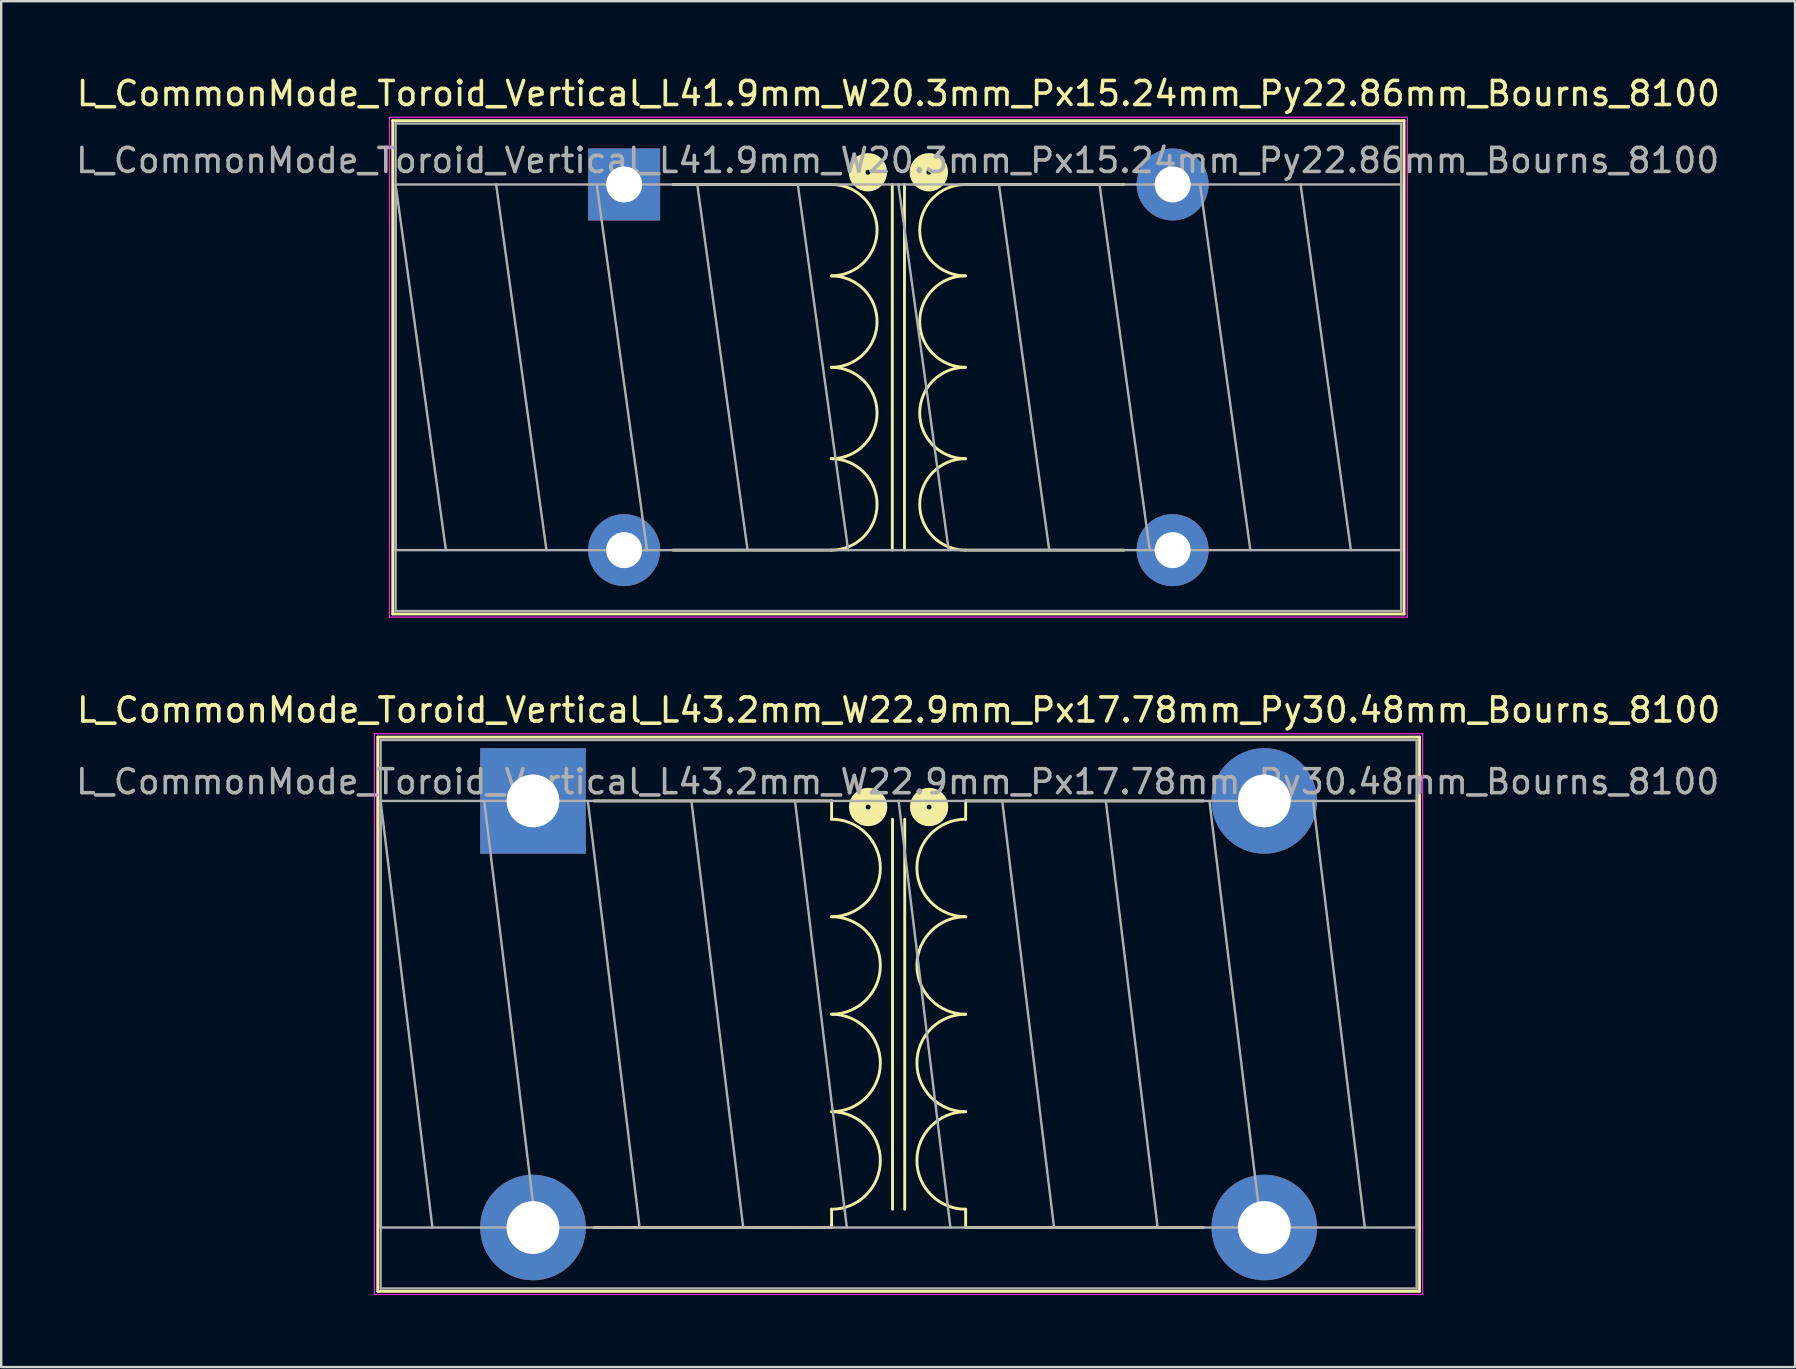
<source format=kicad_pcb>
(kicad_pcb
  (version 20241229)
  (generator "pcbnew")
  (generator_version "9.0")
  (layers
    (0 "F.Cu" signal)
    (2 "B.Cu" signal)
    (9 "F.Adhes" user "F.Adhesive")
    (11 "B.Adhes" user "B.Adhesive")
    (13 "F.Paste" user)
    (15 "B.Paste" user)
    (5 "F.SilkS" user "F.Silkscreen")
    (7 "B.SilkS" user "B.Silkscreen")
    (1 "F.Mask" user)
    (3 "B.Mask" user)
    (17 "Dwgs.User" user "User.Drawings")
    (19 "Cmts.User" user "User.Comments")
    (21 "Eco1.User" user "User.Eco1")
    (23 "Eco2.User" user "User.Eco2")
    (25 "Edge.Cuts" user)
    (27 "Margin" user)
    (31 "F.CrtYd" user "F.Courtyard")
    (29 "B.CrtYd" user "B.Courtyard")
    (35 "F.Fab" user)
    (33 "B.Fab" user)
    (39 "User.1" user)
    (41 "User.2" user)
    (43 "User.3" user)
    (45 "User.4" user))
  (footprint "L_CommonMode_Toroid_Vertical_L41.9mm_W20.3mm_Px15.24mm_Py22.86mm_Bourns_8100"
    (layer "F.Cu")
    (at 22.963 4.638)
    (property "Reference" "L_CommonMode_Toroid_Vertical_L41.9mm_W20.3mm_Px15.24mm_Py22.86mm_Bourns_8100" (at 11.43 -3.79 0) (layer "F.SilkS") (effects (font (size 1 1) (thickness 0.15))))
    (attr through_hole)
    (fp_line (start -9.645 -2.66) (end -9.645 17.9) (stroke (width 0.12) (type solid)) (layer "F.SilkS"))
    (fp_line (start -9.645 -2.66) (end 32.505 -2.66) (stroke (width 0.12) (type solid)) (layer "F.SilkS"))
    (fp_line (start -9.645 17.9) (end 32.505 17.9) (stroke (width 0.12) (type solid)) (layer "F.SilkS"))
    (fp_line (start 2.032 0) (end 8.636 0) (stroke (width 0.12) (type solid)) (layer "F.SilkS"))
    (fp_line (start 2.032 15.24) (end 8.636 15.24) (stroke (width 0.12) (type solid)) (layer "F.SilkS"))
    (fp_line (start 11.176 0) (end 11.176 15.24) (stroke (width 0.12) (type solid)) (layer "F.SilkS"))
    (fp_line (start 11.684 15.24) (end 11.684 0) (stroke (width 0.12) (type solid)) (layer "F.SilkS"))
    (fp_line (start 20.828 0) (end 14.224 0) (stroke (width 0.12) (type solid)) (layer "F.SilkS"))
    (fp_line (start 20.828 15.24) (end 14.224 15.24) (stroke (width 0.12) (type solid)) (layer "F.SilkS"))
    (fp_line (start 32.505 -2.66) (end 32.505 17.9) (stroke (width 0.12) (type solid)) (layer "F.SilkS"))
    (fp_arc (start 8.636 0) (mid 10.541 1.905) (end 8.636 3.81) (stroke (width 0.12) (type solid)) (layer "F.SilkS"))
    (fp_arc (start 8.636 3.81) (mid 10.541 5.715) (end 8.636 7.62) (stroke (width 0.12) (type solid)) (layer "F.SilkS"))
    (fp_arc (start 8.636 7.62) (mid 10.541 9.525) (end 8.636 11.43) (stroke (width 0.12) (type solid)) (layer "F.SilkS"))
    (fp_arc (start 8.636 11.43) (mid 10.541 13.335) (end 8.636 15.24) (stroke (width 0.12) (type solid)) (layer "F.SilkS"))
    (fp_arc (start 14.224 3.81) (mid 12.319 1.905) (end 14.224 0) (stroke (width 0.12) (type solid)) (layer "F.SilkS"))
    (fp_arc (start 14.224 7.62) (mid 12.319 5.715) (end 14.224 3.81) (stroke (width 0.12) (type solid)) (layer "F.SilkS"))
    (fp_arc (start 14.224 11.43) (mid 12.319 9.525) (end 14.224 7.62) (stroke (width 0.12) (type solid)) (layer "F.SilkS"))
    (fp_arc (start 14.224 15.24) (mid 12.319 13.335) (end 14.224 11.43) (stroke (width 0.12) (type solid)) (layer "F.SilkS"))
    (fp_circle (center 10.16 -0.508) (end 10.26 -0.508) (stroke (width 0.7) (type solid)) (fill no) (layer "F.SilkS"))
    (fp_circle (center 12.7 -0.508) (end 12.8 -0.508) (stroke (width 0.7) (type solid)) (fill no) (layer "F.SilkS"))
    (fp_line (start -9.78 -2.8) (end -9.78 18.03) (stroke (width 0.05) (type solid)) (layer "F.CrtYd"))
    (fp_line (start -9.78 18.03) (end 32.64 18.03) (stroke (width 0.05) (type solid)) (layer "F.CrtYd"))
    (fp_line (start 32.64 -2.8) (end -9.78 -2.8) (stroke (width 0.05) (type solid)) (layer "F.CrtYd"))
    (fp_line (start 32.64 18.03) (end 32.64 -2.8) (stroke (width 0.05) (type solid)) (layer "F.CrtYd"))
    (fp_line (start -9.525 -2.54) (end -9.525 17.78) (stroke (width 0.1) (type solid)) (layer "F.Fab"))
    (fp_line (start -9.525 0) (end -9.525 15.24) (stroke (width 0.1) (type solid)) (layer "F.Fab"))
    (fp_line (start -9.525 0) (end -7.429 15.24) (stroke (width 0.1) (type solid)) (layer "F.Fab"))
    (fp_line (start -9.525 15.24) (end 32.385 15.24) (stroke (width 0.1) (type solid)) (layer "F.Fab"))
    (fp_line (start -9.525 17.78) (end 32.385 17.78) (stroke (width 0.1) (type solid)) (layer "F.Fab"))
    (fp_line (start -5.334 0) (end -3.239 15.24) (stroke (width 0.1) (type solid)) (layer "F.Fab"))
    (fp_line (start -1.143 0) (end 0.953 15.24) (stroke (width 0.1) (type solid)) (layer "F.Fab"))
    (fp_line (start 3.048 0) (end 5.144 15.24) (stroke (width 0.1) (type solid)) (layer "F.Fab"))
    (fp_line (start 7.239 0) (end 9.335 15.24) (stroke (width 0.1) (type solid)) (layer "F.Fab"))
    (fp_line (start 11.43 0) (end 13.525 15.24) (stroke (width 0.1) (type solid)) (layer "F.Fab"))
    (fp_line (start 15.621 0) (end 17.716 15.24) (stroke (width 0.1) (type solid)) (layer "F.Fab"))
    (fp_line (start 19.812 0) (end 21.907 15.24) (stroke (width 0.1) (type solid)) (layer "F.Fab"))
    (fp_line (start 24.003 0) (end 26.099 15.24) (stroke (width 0.1) (type solid)) (layer "F.Fab"))
    (fp_line (start 28.194 0) (end 30.29 15.24) (stroke (width 0.1) (type solid)) (layer "F.Fab"))
    (fp_line (start 32.385 -2.54) (end -9.525 -2.54) (stroke (width 0.1) (type solid)) (layer "F.Fab"))
    (fp_line (start 32.385 0) (end -9.525 0) (stroke (width 0.1) (type solid)) (layer "F.Fab"))
    (fp_line (start 32.385 15.24) (end 32.385 0) (stroke (width 0.1) (type solid)) (layer "F.Fab"))
    (fp_line (start 32.385 17.78) (end 32.385 -2.54) (stroke (width 0.1) (type solid)) (layer "F.Fab"))
    (fp_text user "${REFERENCE}" (at 11.4 -1 0) (layer "F.Fab") (effects (font (size 1 1) (thickness 0.15))))
    (pad "1" thru_hole rect (at 0 0) (size 3 3) (drill 1.5) (layers "*.Cu" "*.Mask"))
    (pad "2" thru_hole circle (at 0 15.24) (size 3 3) (drill 1.5) (layers "*.Cu" "*.Mask"))
    (pad "3" thru_hole circle (at 22.86 15.24) (size 3 3) (drill 1.5) (layers "*.Cu" "*.Mask"))
    (pad "4" thru_hole circle (at 22.86 0) (size 3 3) (drill 1.5) (layers "*.Cu" "*.Mask")))
  (footprint "L_CommonMode_Toroid_Vertical_L43.2mm_W22.9mm_Px17.78mm_Py30.48mm_Bourns_8100"
    (layer "F.Cu")
    (at 19.163 30.331)
    (property "Reference" "L_CommonMode_Toroid_Vertical_L43.2mm_W22.9mm_Px17.78mm_Py30.48mm_Bourns_8100" (at 15.24 -3.79 0) (layer "F.SilkS") (effects (font (size 1 1) (thickness 0.15))))
    (attr through_hole)
    (fp_line (start -6.47 -2.66) (end -6.47 20.44) (stroke (width 0.12) (type solid)) (layer "F.SilkS"))
    (fp_line (start -6.47 -2.66) (end 36.95 -2.66) (stroke (width 0.12) (type solid)) (layer "F.SilkS"))
    (fp_line (start -6.47 20.44) (end 36.95 20.44) (stroke (width 0.12) (type solid)) (layer "F.SilkS"))
    (fp_line (start 12.446 0) (end 2.54 0) (stroke (width 0.12) (type solid)) (layer "F.SilkS"))
    (fp_line (start 12.446 0.762) (end 12.446 0) (stroke (width 0.12) (type solid)) (layer "F.SilkS"))
    (fp_line (start 12.446 17.78) (end 2.54 17.78) (stroke (width 0.12) (type solid)) (layer "F.SilkS"))
    (fp_line (start 12.446 17.78) (end 12.446 17.018) (stroke (width 0.12) (type solid)) (layer "F.SilkS"))
    (fp_line (start 14.986 17.018) (end 14.986 0.762) (stroke (width 0.12) (type solid)) (layer "F.SilkS"))
    (fp_line (start 15.494 17.018) (end 15.494 0.762) (stroke (width 0.12) (type solid)) (layer "F.SilkS"))
    (fp_line (start 18.034 0) (end 18.034 0.762) (stroke (width 0.12) (type solid)) (layer "F.SilkS"))
    (fp_line (start 18.034 0) (end 27.94 0) (stroke (width 0.12) (type solid)) (layer "F.SilkS"))
    (fp_line (start 18.034 17.018) (end 18.034 17.78) (stroke (width 0.12) (type solid)) (layer "F.SilkS"))
    (fp_line (start 18.034 17.78) (end 27.94 17.78) (stroke (width 0.12) (type solid)) (layer "F.SilkS"))
    (fp_line (start 36.95 -2.66) (end 36.95 20.44) (stroke (width 0.12) (type solid)) (layer "F.SilkS"))
    (fp_arc (start 12.446 0.762) (mid 14.478 2.794) (end 12.446 4.826) (stroke (width 0.12) (type solid)) (layer "F.SilkS"))
    (fp_arc (start 12.446 4.826) (mid 14.478 6.858) (end 12.446 8.89) (stroke (width 0.12) (type solid)) (layer "F.SilkS"))
    (fp_arc (start 12.446 8.89) (mid 14.478 10.922) (end 12.446 12.954) (stroke (width 0.12) (type solid)) (layer "F.SilkS"))
    (fp_arc (start 12.446 12.954) (mid 14.478 14.986) (end 12.446 17.018) (stroke (width 0.12) (type solid)) (layer "F.SilkS"))
    (fp_arc (start 18.034 4.826) (mid 16.002 2.794) (end 18.034 0.762) (stroke (width 0.12) (type solid)) (layer "F.SilkS"))
    (fp_arc (start 18.034 8.89) (mid 16.002 6.858) (end 18.034 4.826) (stroke (width 0.12) (type solid)) (layer "F.SilkS"))
    (fp_arc (start 18.034 12.954) (mid 16.002 10.922) (end 18.034 8.89) (stroke (width 0.12) (type solid)) (layer "F.SilkS"))
    (fp_arc (start 18.034 17.018) (mid 16.002 14.986) (end 18.034 12.954) (stroke (width 0.12) (type solid)) (layer "F.SilkS"))
    (fp_circle (center 13.97 0.254) (end 14.07 0.254) (stroke (width 0.7) (type solid)) (fill no) (layer "F.SilkS"))
    (fp_circle (center 16.51 0.254) (end 16.61 0.254) (stroke (width 0.7) (type solid)) (fill no) (layer "F.SilkS"))
    (fp_line (start -6.61 -2.8) (end -6.61 20.57) (stroke (width 0.05) (type solid)) (layer "F.CrtYd"))
    (fp_line (start -6.61 20.57) (end 37.08 20.57) (stroke (width 0.05) (type solid)) (layer "F.CrtYd"))
    (fp_line (start 37.08 -2.8) (end -6.61 -2.8) (stroke (width 0.05) (type solid)) (layer "F.CrtYd"))
    (fp_line (start 37.08 20.57) (end 37.08 -2.8) (stroke (width 0.05) (type solid)) (layer "F.CrtYd"))
    (fp_line (start -6.35 -2.54) (end -6.35 20.32) (stroke (width 0.1) (type solid)) (layer "F.Fab"))
    (fp_line (start -6.35 0) (end -6.35 17.78) (stroke (width 0.1) (type solid)) (layer "F.Fab"))
    (fp_line (start -6.35 0) (end -4.191 17.78) (stroke (width 0.1) (type solid)) (layer "F.Fab"))
    (fp_line (start -6.35 17.78) (end 36.83 17.78) (stroke (width 0.1) (type solid)) (layer "F.Fab"))
    (fp_line (start -6.35 20.32) (end 36.83 20.32) (stroke (width 0.1) (type solid)) (layer "F.Fab"))
    (fp_line (start -2.032 0) (end 0.127 17.78) (stroke (width 0.1) (type solid)) (layer "F.Fab"))
    (fp_line (start 2.286 0) (end 4.445 17.78) (stroke (width 0.1) (type solid)) (layer "F.Fab"))
    (fp_line (start 6.604 0) (end 8.763 17.78) (stroke (width 0.1) (type solid)) (layer "F.Fab"))
    (fp_line (start 10.922 0) (end 13.081 17.78) (stroke (width 0.1) (type solid)) (layer "F.Fab"))
    (fp_line (start 15.24 0) (end 17.399 17.78) (stroke (width 0.1) (type solid)) (layer "F.Fab"))
    (fp_line (start 19.558 0) (end 21.717 17.78) (stroke (width 0.1) (type solid)) (layer "F.Fab"))
    (fp_line (start 23.876 0) (end 26.035 17.78) (stroke (width 0.1) (type solid)) (layer "F.Fab"))
    (fp_line (start 28.194 0) (end 30.353 17.78) (stroke (width 0.1) (type solid)) (layer "F.Fab"))
    (fp_line (start 32.512 0) (end 34.671 17.78) (stroke (width 0.1) (type solid)) (layer "F.Fab"))
    (fp_line (start 36.83 -2.54) (end -6.35 -2.54) (stroke (width 0.1) (type solid)) (layer "F.Fab"))
    (fp_line (start 36.83 0) (end -6.35 0) (stroke (width 0.1) (type solid)) (layer "F.Fab"))
    (fp_line (start 36.83 17.78) (end 36.83 0) (stroke (width 0.1) (type solid)) (layer "F.Fab"))
    (fp_line (start 36.83 20.32) (end 36.83 -2.54) (stroke (width 0.1) (type solid)) (layer "F.Fab"))
    (fp_text user "${REFERENCE}" (at 15.2 -0.8 0) (layer "F.Fab") (effects (font (size 1 1) (thickness 0.15))))
    (pad "1" thru_hole rect (at 0 0) (size 4.4 4.4) (drill 2.2) (layers "*.Cu" "*.Mask"))
    (pad "2" thru_hole circle (at 0 17.78) (size 4.4 4.4) (drill 2.2) (layers "*.Cu" "*.Mask"))
    (pad "3" thru_hole circle (at 30.48 17.78) (size 4.4 4.4) (drill 2.2) (layers "*.Cu" "*.Mask"))
    (pad "4" thru_hole circle (at 30.48 0) (size 4.4 4.4) (drill 2.2) (layers "*.Cu" "*.Mask")))
  (gr_rect
    (start -3 -3)
    (end 71.766 53.926)
    (stroke (width 0.1) (type default))
    (fill no)
    (layer "Edge.Cuts")))
</source>
